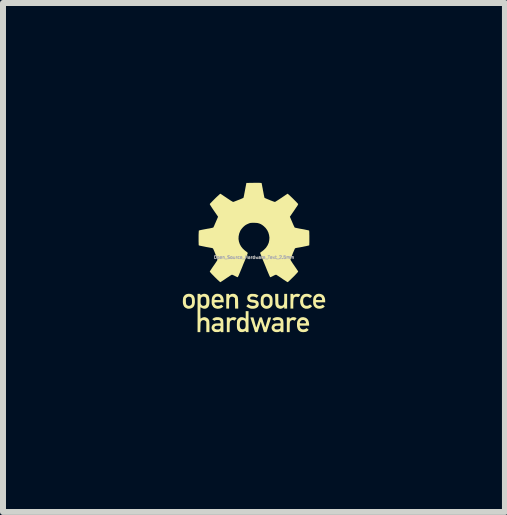
<source format=kicad_pcb>
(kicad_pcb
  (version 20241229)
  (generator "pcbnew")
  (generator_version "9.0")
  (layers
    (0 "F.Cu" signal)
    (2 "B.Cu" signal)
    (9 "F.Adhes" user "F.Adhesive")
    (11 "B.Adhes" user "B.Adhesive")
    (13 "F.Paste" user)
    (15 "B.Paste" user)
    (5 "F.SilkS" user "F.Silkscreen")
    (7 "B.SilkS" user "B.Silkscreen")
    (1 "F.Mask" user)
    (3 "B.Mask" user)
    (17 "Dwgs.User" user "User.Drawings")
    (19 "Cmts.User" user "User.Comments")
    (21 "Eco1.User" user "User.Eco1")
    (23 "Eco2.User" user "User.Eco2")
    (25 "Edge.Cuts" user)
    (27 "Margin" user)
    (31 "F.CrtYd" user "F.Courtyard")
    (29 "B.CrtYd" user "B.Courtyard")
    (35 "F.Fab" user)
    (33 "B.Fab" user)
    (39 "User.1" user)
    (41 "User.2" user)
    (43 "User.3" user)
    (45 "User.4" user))
  (footprint "Open_Source_Hardware_Text_2.5mm"
    (layer "F.Cu")
    (at 1.187 1.243)
    (property "Reference" "Open_Source_Hardware_Text_2.5mm" (at 0 0 0) (layer "F.Fab") (effects (font (size 0.05 0.05) (thickness 0.013))))
    (attr board_only exclude_from_pos_files exclude_from_bom)
    (fp_poly (pts (xy 0.674 0.999) (xy 0.696 1.006) (xy 0.704 1.011) (xy 0.709 1.015) (xy 0.708 1.021) (xy 0.703 1.029) (xy 0.693 1.041) (xy 0.69 1.044) (xy 0.678 1.058) (xy 0.663 1.051) (xy 0.652 1.046) (xy 0.643 1.046) (xy 0.631 1.049) (xy 0.629 1.05) (xy 0.619 1.054) (xy 0.611 1.059) (xy 0.605 1.067) (xy 0.601 1.078) (xy 0.598 1.094) (xy 0.597 1.115) (xy 0.596 1.144) (xy 0.596 1.167) (xy 0.596 1.248) (xy 0.548 1.248) (xy 0.548 1.002) (xy 0.572 1.002) (xy 0.586 1.002) (xy 0.593 1.003) (xy 0.595 1.007) (xy 0.596 1.015) (xy 0.596 1.015) (xy 0.596 1.028) (xy 0.606 1.019) (xy 0.626 1.005) (xy 0.649 0.998)) (stroke (width 0) (type solid)) (fill yes) (layer "F.SilkS"))
    (fp_poly (pts (xy -0.326 0.999) (xy -0.305 1.005) (xy -0.3 1.008) (xy -0.294 1.012) (xy -0.292 1.016) (xy -0.294 1.022) (xy -0.301 1.031) (xy -0.312 1.044) (xy -0.319 1.053) (xy -0.325 1.055) (xy -0.332 1.053) (xy -0.335 1.051) (xy -0.35 1.046) (xy -0.363 1.046) (xy -0.378 1.052) (xy -0.387 1.057) (xy -0.394 1.063) (xy -0.399 1.072) (xy -0.402 1.085) (xy -0.404 1.102) (xy -0.405 1.125) (xy -0.406 1.156) (xy -0.406 1.168) (xy -0.406 1.248) (xy -0.453 1.248) (xy -0.453 1.002) (xy -0.43 1.002) (xy -0.416 1.002) (xy -0.409 1.004) (xy -0.406 1.007) (xy -0.406 1.013) (xy -0.405 1.021) (xy -0.402 1.023) (xy -0.395 1.019) (xy -0.388 1.013) (xy -0.37 1.003) (xy -0.349 0.998)) (stroke (width 0) (type solid)) (fill yes) (layer "F.SilkS"))
    (fp_poly (pts (xy 0.74 0.61) (xy 0.754 0.613) (xy 0.766 0.618) (xy 0.772 0.623) (xy 0.773 0.625) (xy 0.77 0.63) (xy 0.763 0.639) (xy 0.756 0.647) (xy 0.747 0.658) (xy 0.74 0.663) (xy 0.735 0.663) (xy 0.731 0.661) (xy 0.715 0.657) (xy 0.697 0.657) (xy 0.681 0.662) (xy 0.677 0.665) (xy 0.67 0.672) (xy 0.665 0.681) (xy 0.661 0.693) (xy 0.659 0.709) (xy 0.657 0.731) (xy 0.656 0.76) (xy 0.656 0.781) (xy 0.656 0.855) (xy 0.609 0.855) (xy 0.609 0.609) (xy 0.633 0.609) (xy 0.646 0.609) (xy 0.653 0.611) (xy 0.656 0.614) (xy 0.656 0.622) (xy 0.656 0.635) (xy 0.67 0.625) (xy 0.686 0.615) (xy 0.701 0.61) (xy 0.72 0.608) (xy 0.726 0.608)) (stroke (width 0) (type solid)) (fill yes) (layer "F.SilkS"))
    (fp_poly (pts (xy -0.322 0.611) (xy -0.302 0.621) (xy -0.289 0.633) (xy -0.282 0.641) (xy -0.276 0.649) (xy -0.272 0.659) (xy -0.269 0.671) (xy -0.267 0.688) (xy -0.266 0.709) (xy -0.265 0.737) (xy -0.264 0.763) (xy -0.263 0.855) (xy -0.315 0.855) (xy -0.316 0.768) (xy -0.317 0.682) (xy -0.331 0.669) (xy -0.348 0.659) (xy -0.366 0.656) (xy -0.384 0.659) (xy -0.392 0.663) (xy -0.4 0.67) (xy -0.405 0.678) (xy -0.409 0.688) (xy -0.412 0.703) (xy -0.414 0.723) (xy -0.414 0.749) (xy -0.415 0.777) (xy -0.415 0.855) (xy -0.462 0.855) (xy -0.462 0.609) (xy -0.438 0.609) (xy -0.425 0.609) (xy -0.418 0.611) (xy -0.415 0.614) (xy -0.415 0.622) (xy -0.415 0.635) (xy -0.401 0.625) (xy -0.385 0.615) (xy -0.37 0.61) (xy -0.351 0.608) (xy -0.345 0.608)) (stroke (width 0) (type solid)) (fill yes) (layer "F.SilkS"))
    (fp_poly (pts (xy 0.406 0.691) (xy 0.406 0.723) (xy 0.407 0.748) (xy 0.408 0.767) (xy 0.411 0.78) (xy 0.414 0.79) (xy 0.42 0.796) (xy 0.426 0.801) (xy 0.43 0.803) (xy 0.448 0.809) (xy 0.467 0.808) (xy 0.481 0.802) (xy 0.489 0.795) (xy 0.495 0.788) (xy 0.499 0.777) (xy 0.502 0.763) (xy 0.504 0.744) (xy 0.505 0.718) (xy 0.505 0.687) (xy 0.505 0.609) (xy 0.553 0.609) (xy 0.553 0.855) (xy 0.505 0.855) (xy 0.505 0.828) (xy 0.495 0.837) (xy 0.479 0.848) (xy 0.458 0.856) (xy 0.439 0.859) (xy 0.427 0.857) (xy 0.412 0.852) (xy 0.401 0.847) (xy 0.385 0.838) (xy 0.375 0.827) (xy 0.367 0.814) (xy 0.364 0.807) (xy 0.361 0.799) (xy 0.359 0.791) (xy 0.357 0.781) (xy 0.356 0.767) (xy 0.356 0.747) (xy 0.355 0.722) (xy 0.355 0.701) (xy 0.353 0.609) (xy 0.406 0.609)) (stroke (width 0) (type solid)) (fill yes) (layer "F.SilkS"))
    (fp_poly (pts (xy 0.911 0.611) (xy 0.936 0.621) (xy 0.957 0.635) (xy 0.959 0.637) (xy 0.969 0.648) (xy 0.954 0.663) (xy 0.945 0.672) (xy 0.938 0.677) (xy 0.936 0.678) (xy 0.931 0.676) (xy 0.922 0.67) (xy 0.917 0.667) (xy 0.898 0.658) (xy 0.877 0.656) (xy 0.857 0.66) (xy 0.84 0.67) (xy 0.828 0.685) (xy 0.827 0.689) (xy 0.823 0.701) (xy 0.821 0.718) (xy 0.82 0.732) (xy 0.823 0.76) (xy 0.83 0.781) (xy 0.842 0.797) (xy 0.86 0.806) (xy 0.867 0.808) (xy 0.889 0.809) (xy 0.91 0.803) (xy 0.922 0.794) (xy 0.931 0.789) (xy 0.939 0.789) (xy 0.95 0.796) (xy 0.958 0.805) (xy 0.969 0.816) (xy 0.956 0.829) (xy 0.938 0.843) (xy 0.915 0.853) (xy 0.889 0.858) (xy 0.864 0.858) (xy 0.851 0.855) (xy 0.823 0.843) (xy 0.801 0.824) (xy 0.784 0.8) (xy 0.774 0.771) (xy 0.769 0.739) (xy 0.772 0.705) (xy 0.773 0.701) (xy 0.783 0.669) (xy 0.798 0.643) (xy 0.817 0.625) (xy 0.842 0.613) (xy 0.873 0.608) (xy 0.881 0.608)) (stroke (width 0) (type solid)) (fill yes) (layer "F.SilkS"))
    (fp_poly (pts (xy -1.056 0.611) (xy -1.031 0.62) (xy -1.012 0.635) (xy -0.998 0.657) (xy -0.989 0.685) (xy -0.986 0.717) (xy -0.986 0.754) (xy -0.99 0.785) (xy -0.999 0.81) (xy -1.012 0.829) (xy -1.031 0.844) (xy -1.038 0.847) (xy -1.058 0.854) (xy -1.082 0.858) (xy -1.105 0.857) (xy -1.119 0.853) (xy -1.145 0.84) (xy -1.164 0.823) (xy -1.177 0.799) (xy -1.184 0.775) (xy -1.186 0.756) (xy -1.187 0.733) (xy -1.186 0.73) (xy -1.136 0.73) (xy -1.135 0.756) (xy -1.132 0.775) (xy -1.127 0.788) (xy -1.119 0.798) (xy -1.107 0.804) (xy -1.106 0.805) (xy -1.095 0.809) (xy -1.088 0.811) (xy -1.081 0.81) (xy -1.07 0.807) (xy -1.053 0.799) (xy -1.044 0.789) (xy -1.039 0.781) (xy -1.036 0.773) (xy -1.035 0.762) (xy -1.034 0.745) (xy -1.034 0.734) (xy -1.036 0.705) (xy -1.04 0.684) (xy -1.048 0.67) (xy -1.061 0.661) (xy -1.078 0.657) (xy -1.088 0.656) (xy -1.102 0.658) (xy -1.112 0.663) (xy -1.121 0.671) (xy -1.136 0.686) (xy -1.136 0.73) (xy -1.186 0.73) (xy -1.186 0.709) (xy -1.183 0.687) (xy -1.18 0.67) (xy -1.179 0.667) (xy -1.165 0.643) (xy -1.146 0.625) (xy -1.122 0.613) (xy -1.092 0.608) (xy -1.087 0.608)) (stroke (width 0) (type solid)) (fill yes) (layer "F.SilkS"))
    (fp_poly (pts (xy 1.116 0.612) (xy 1.142 0.623) (xy 1.162 0.64) (xy 1.176 0.664) (xy 1.185 0.693) (xy 1.188 0.724) (xy 1.188 0.751) (xy 1.031 0.751) (xy 1.034 0.765) (xy 1.039 0.782) (xy 1.047 0.794) (xy 1.059 0.803) (xy 1.079 0.811) (xy 1.102 0.811) (xy 1.125 0.804) (xy 1.13 0.801) (xy 1.15 0.789) (xy 1.181 0.821) (xy 1.166 0.834) (xy 1.143 0.848) (xy 1.116 0.856) (xy 1.087 0.858) (xy 1.058 0.854) (xy 1.055 0.853) (xy 1.031 0.842) (xy 1.012 0.825) (xy 0.998 0.803) (xy 0.993 0.791) (xy 0.99 0.781) (xy 0.988 0.768) (xy 0.987 0.752) (xy 0.987 0.734) (xy 0.988 0.703) (xy 0.988 0.7) (xy 1.034 0.7) (xy 1.034 0.708) (xy 1.034 0.708) (xy 1.04 0.71) (xy 1.052 0.711) (xy 1.07 0.712) (xy 1.086 0.713) (xy 1.136 0.713) (xy 1.136 0.702) (xy 1.132 0.683) (xy 1.123 0.668) (xy 1.109 0.659) (xy 1.093 0.654) (xy 1.076 0.654) (xy 1.06 0.66) (xy 1.046 0.671) (xy 1.037 0.688) (xy 1.036 0.689) (xy 1.034 0.7) (xy 0.988 0.7) (xy 0.992 0.679) (xy 0.999 0.659) (xy 1.009 0.643) (xy 1.02 0.633) (xy 1.035 0.62) (xy 1.05 0.613) (xy 1.068 0.609) (xy 1.087 0.608)) (stroke (width 0) (type solid)) (fill yes) (layer "F.SilkS"))
    (fp_poly (pts (xy 0.828 0.999) (xy 0.857 1.006) (xy 0.88 1.019) (xy 0.899 1.039) (xy 0.911 1.066) (xy 0.918 1.098) (xy 0.92 1.121) (xy 0.92 1.14) (xy 0.763 1.14) (xy 0.766 1.156) (xy 0.772 1.176) (xy 0.784 1.19) (xy 0.797 1.198) (xy 0.817 1.203) (xy 0.84 1.201) (xy 0.861 1.192) (xy 0.865 1.19) (xy 0.879 1.18) (xy 0.912 1.21) (xy 0.902 1.22) (xy 0.883 1.236) (xy 0.858 1.245) (xy 0.827 1.248) (xy 0.825 1.248) (xy 0.804 1.247) (xy 0.787 1.244) (xy 0.777 1.241) (xy 0.754 1.228) (xy 0.738 1.21) (xy 0.726 1.186) (xy 0.719 1.156) (xy 0.718 1.135) (xy 0.718 1.102) (xy 0.719 1.092) (xy 0.764 1.092) (xy 0.767 1.097) (xy 0.774 1.1) (xy 0.787 1.101) (xy 0.808 1.101) (xy 0.816 1.101) (xy 0.838 1.101) (xy 0.853 1.101) (xy 0.862 1.1) (xy 0.866 1.098) (xy 0.868 1.095) (xy 0.868 1.092) (xy 0.865 1.078) (xy 0.857 1.064) (xy 0.846 1.052) (xy 0.845 1.052) (xy 0.831 1.046) (xy 0.814 1.045) (xy 0.796 1.049) (xy 0.79 1.052) (xy 0.779 1.061) (xy 0.771 1.073) (xy 0.77 1.073) (xy 0.766 1.085) (xy 0.764 1.092) (xy 0.719 1.092) (xy 0.721 1.075) (xy 0.729 1.053) (xy 0.741 1.035) (xy 0.749 1.026) (xy 0.77 1.009) (xy 0.794 1) (xy 0.821 0.998)) (stroke (width 0) (type solid)) (fill yes) (layer "F.SilkS"))
    (fp_poly (pts (xy 0.24 0.611) (xy 0.263 0.62) (xy 0.282 0.635) (xy 0.288 0.641) (xy 0.298 0.653) (xy 0.304 0.667) (xy 0.308 0.683) (xy 0.31 0.705) (xy 0.311 0.733) (xy 0.311 0.736) (xy 0.31 0.76) (xy 0.309 0.778) (xy 0.307 0.791) (xy 0.303 0.801) (xy 0.287 0.825) (xy 0.266 0.843) (xy 0.242 0.854) (xy 0.214 0.859) (xy 0.186 0.856) (xy 0.175 0.852) (xy 0.154 0.841) (xy 0.135 0.823) (xy 0.121 0.802) (xy 0.12 0.801) (xy 0.117 0.79) (xy 0.114 0.777) (xy 0.113 0.76) (xy 0.112 0.736) (xy 0.112 0.732) (xy 0.16 0.732) (xy 0.161 0.759) (xy 0.165 0.779) (xy 0.173 0.793) (xy 0.185 0.803) (xy 0.191 0.805) (xy 0.204 0.81) (xy 0.214 0.811) (xy 0.226 0.808) (xy 0.231 0.806) (xy 0.246 0.797) (xy 0.256 0.784) (xy 0.261 0.765) (xy 0.263 0.74) (xy 0.263 0.735) (xy 0.263 0.714) (xy 0.26 0.696) (xy 0.257 0.685) (xy 0.247 0.67) (xy 0.232 0.66) (xy 0.214 0.656) (xy 0.196 0.658) (xy 0.18 0.666) (xy 0.168 0.679) (xy 0.164 0.688) (xy 0.161 0.699) (xy 0.16 0.715) (xy 0.16 0.732) (xy 0.112 0.732) (xy 0.113 0.707) (xy 0.115 0.685) (xy 0.119 0.668) (xy 0.125 0.654) (xy 0.134 0.642) (xy 0.135 0.641) (xy 0.154 0.623) (xy 0.176 0.613) (xy 0.202 0.609) (xy 0.212 0.608)) (stroke (width 0) (type solid)) (fill yes) (layer "F.SilkS"))
    (fp_poly (pts (xy -0.576 0.612) (xy -0.551 0.623) (xy -0.531 0.641) (xy -0.521 0.656) (xy -0.514 0.67) (xy -0.51 0.684) (xy -0.507 0.7) (xy -0.506 0.715) (xy -0.504 0.751) (xy -0.582 0.751) (xy -0.611 0.751) (xy -0.633 0.752) (xy -0.647 0.753) (xy -0.656 0.755) (xy -0.66 0.758) (xy -0.66 0.763) (xy -0.658 0.771) (xy -0.654 0.779) (xy -0.643 0.796) (xy -0.627 0.807) (xy -0.607 0.811) (xy -0.586 0.81) (xy -0.564 0.802) (xy -0.563 0.801) (xy -0.544 0.79) (xy -0.512 0.821) (xy -0.527 0.834) (xy -0.549 0.848) (xy -0.577 0.856) (xy -0.606 0.859) (xy -0.634 0.854) (xy -0.637 0.853) (xy -0.662 0.842) (xy -0.681 0.825) (xy -0.694 0.803) (xy -0.7 0.791) (xy -0.703 0.781) (xy -0.705 0.768) (xy -0.706 0.752) (xy -0.706 0.734) (xy -0.705 0.703) (xy -0.704 0.7) (xy -0.659 0.7) (xy -0.659 0.708) (xy -0.659 0.708) (xy -0.653 0.71) (xy -0.641 0.711) (xy -0.623 0.712) (xy -0.606 0.713) (xy -0.557 0.713) (xy -0.557 0.702) (xy -0.561 0.683) (xy -0.57 0.668) (xy -0.583 0.659) (xy -0.599 0.654) (xy -0.616 0.654) (xy -0.633 0.66) (xy -0.646 0.671) (xy -0.656 0.688) (xy -0.657 0.689) (xy -0.659 0.7) (xy -0.704 0.7) (xy -0.701 0.679) (xy -0.694 0.659) (xy -0.684 0.643) (xy -0.673 0.633) (xy -0.658 0.62) (xy -0.643 0.613) (xy -0.626 0.609) (xy -0.605 0.608)) (stroke (width 0) (type solid)) (fill yes) (layer "F.SilkS"))
    (fp_poly (pts (xy -0.091 1.248) (xy -0.114 1.248) (xy -0.128 1.248) (xy -0.135 1.246) (xy -0.138 1.243) (xy -0.138 1.237) (xy -0.139 1.229) (xy -0.142 1.227) (xy -0.148 1.231) (xy -0.156 1.236) (xy -0.171 1.243) (xy -0.19 1.247) (xy -0.211 1.247) (xy -0.231 1.245) (xy -0.241 1.241) (xy -0.26 1.227) (xy -0.275 1.207) (xy -0.28 1.193) (xy -0.283 1.18) (xy -0.284 1.162) (xy -0.285 1.141) (xy -0.237 1.141) (xy -0.233 1.166) (xy -0.224 1.185) (xy -0.21 1.196) (xy -0.191 1.2) (xy -0.189 1.2) (xy -0.169 1.197) (xy -0.159 1.192) (xy -0.148 1.18) (xy -0.142 1.165) (xy -0.139 1.143) (xy -0.139 1.115) (xy -0.139 1.114) (xy -0.141 1.09) (xy -0.145 1.072) (xy -0.152 1.06) (xy -0.162 1.053) (xy -0.172 1.049) (xy -0.188 1.046) (xy -0.202 1.048) (xy -0.205 1.049) (xy -0.218 1.057) (xy -0.228 1.07) (xy -0.234 1.09) (xy -0.236 1.108) (xy -0.237 1.141) (xy -0.285 1.141) (xy -0.285 1.139) (xy -0.285 1.115) (xy -0.284 1.092) (xy -0.283 1.072) (xy -0.281 1.057) (xy -0.281 1.053) (xy -0.273 1.038) (xy -0.26 1.023) (xy -0.244 1.009) (xy -0.228 1.001) (xy -0.223 0.999) (xy -0.197 0.998) (xy -0.173 1.004) (xy -0.158 1.012) (xy -0.148 1.019) (xy -0.142 1.023) (xy -0.141 1.023) (xy -0.14 1.019) (xy -0.139 1.008) (xy -0.138 0.991) (xy -0.138 0.971) (xy -0.138 0.961) (xy -0.138 0.898) (xy -0.091 0.898)) (stroke (width 0) (type solid)) (fill yes) (layer "F.SilkS"))
    (fp_poly (pts (xy -0.003 1.025) (xy 0.001 1.037) (xy 0.006 1.056) (xy 0.012 1.078) (xy 0.018 1.102) (xy 0.02 1.109) (xy 0.026 1.13) (xy 0.031 1.149) (xy 0.035 1.162) (xy 0.038 1.169) (xy 0.039 1.17) (xy 0.041 1.166) (xy 0.045 1.155) (xy 0.051 1.139) (xy 0.058 1.117) (xy 0.066 1.093) (xy 0.068 1.086) (xy 0.095 1.002) (xy 0.132 1.002) (xy 0.159 1.087) (xy 0.167 1.112) (xy 0.175 1.134) (xy 0.181 1.151) (xy 0.186 1.163) (xy 0.188 1.169) (xy 0.188 1.169) (xy 0.19 1.164) (xy 0.194 1.153) (xy 0.199 1.135) (xy 0.205 1.113) (xy 0.212 1.088) (xy 0.213 1.085) (xy 0.236 1.004) (xy 0.26 1.003) (xy 0.274 1.003) (xy 0.283 1.003) (xy 0.285 1.005) (xy 0.284 1.01) (xy 0.28 1.022) (xy 0.275 1.04) (xy 0.268 1.063) (xy 0.259 1.09) (xy 0.25 1.12) (xy 0.247 1.128) (xy 0.209 1.248) (xy 0.166 1.248) (xy 0.151 1.197) (xy 0.144 1.173) (xy 0.136 1.147) (xy 0.129 1.123) (xy 0.125 1.11) (xy 0.113 1.073) (xy 0.1 1.118) (xy 0.092 1.143) (xy 0.084 1.171) (xy 0.076 1.196) (xy 0.073 1.206) (xy 0.06 1.248) (xy 0.018 1.248) (xy 0.011 1.227) (xy 0.008 1.217) (xy 0.003 1.201) (xy -0.004 1.179) (xy -0.012 1.153) (xy -0.021 1.125) (xy -0.026 1.11) (xy -0.035 1.082) (xy -0.043 1.057) (xy -0.05 1.036) (xy -0.055 1.02) (xy -0.058 1.01) (xy -0.059 1.007) (xy -0.058 1.004) (xy -0.05 1.002) (xy -0.035 1.002) (xy -0.009 1.002)) (stroke (width 0) (type solid)) (fill yes) (layer "F.SilkS"))
    (fp_poly (pts (xy -0.024 0.609) (xy -0.013 0.61) (xy 0.008 0.611) (xy 0.023 0.613) (xy 0.035 0.616) (xy 0.047 0.622) (xy 0.051 0.624) (xy 0.063 0.631) (xy 0.071 0.636) (xy 0.073 0.639) (xy 0.071 0.644) (xy 0.064 0.652) (xy 0.059 0.658) (xy 0.045 0.675) (xy 0.027 0.665) (xy 0.007 0.657) (xy -0.014 0.653) (xy -0.032 0.654) (xy -0.048 0.658) (xy -0.059 0.667) (xy -0.064 0.678) (xy -0.063 0.688) (xy -0.061 0.695) (xy -0.056 0.7) (xy -0.047 0.703) (xy -0.033 0.706) (xy -0.013 0.708) (xy -0.008 0.708) (xy 0.023 0.713) (xy 0.047 0.721) (xy 0.064 0.733) (xy 0.074 0.749) (xy 0.079 0.77) (xy 0.08 0.782) (xy 0.076 0.806) (xy 0.066 0.825) (xy 0.048 0.84) (xy 0.036 0.847) (xy 0.015 0.854) (xy -0.011 0.858) (xy -0.037 0.858) (xy -0.06 0.854) (xy -0.064 0.853) (xy -0.079 0.847) (xy -0.096 0.839) (xy -0.111 0.83) (xy -0.122 0.822) (xy -0.124 0.819) (xy -0.126 0.814) (xy -0.123 0.808) (xy -0.113 0.798) (xy -0.112 0.797) (xy -0.096 0.78) (xy -0.082 0.791) (xy -0.061 0.805) (xy -0.036 0.811) (xy -0.013 0.811) (xy 0.009 0.807) (xy 0.023 0.8) (xy 0.029 0.788) (xy 0.03 0.781) (xy 0.028 0.771) (xy 0.021 0.763) (xy 0.007 0.758) (xy -0.014 0.755) (xy -0.024 0.754) (xy -0.056 0.749) (xy -0.08 0.74) (xy -0.097 0.727) (xy -0.108 0.709) (xy -0.112 0.687) (xy -0.112 0.682) (xy -0.109 0.657) (xy -0.099 0.638) (xy -0.081 0.623) (xy -0.073 0.618) (xy -0.063 0.614) (xy -0.053 0.611) (xy -0.041 0.609)) (stroke (width 0) (type solid)) (fill yes) (layer "F.SilkS"))
    (fp_poly (pts (xy 0.422 1) (xy 0.446 1.007) (xy 0.466 1.019) (xy 0.468 1.021) (xy 0.476 1.029) (xy 0.481 1.037) (xy 0.486 1.048) (xy 0.489 1.062) (xy 0.491 1.081) (xy 0.492 1.105) (xy 0.492 1.136) (xy 0.492 1.158) (xy 0.492 1.248) (xy 0.469 1.248) (xy 0.455 1.248) (xy 0.448 1.246) (xy 0.445 1.243) (xy 0.445 1.237) (xy 0.445 1.227) (xy 0.429 1.237) (xy 0.411 1.245) (xy 0.389 1.248) (xy 0.365 1.248) (xy 0.342 1.242) (xy 0.332 1.238) (xy 0.313 1.224) (xy 0.301 1.206) (xy 0.294 1.185) (xy 0.294 1.176) (xy 0.341 1.176) (xy 0.346 1.189) (xy 0.355 1.199) (xy 0.364 1.202) (xy 0.38 1.204) (xy 0.397 1.203) (xy 0.414 1.2) (xy 0.427 1.196) (xy 0.433 1.193) (xy 0.439 1.181) (xy 0.442 1.163) (xy 0.443 1.142) (xy 0.415 1.141) (xy 0.389 1.141) (xy 0.369 1.143) (xy 0.355 1.149) (xy 0.35 1.152) (xy 0.342 1.163) (xy 0.341 1.176) (xy 0.294 1.176) (xy 0.294 1.164) (xy 0.301 1.143) (xy 0.314 1.124) (xy 0.325 1.115) (xy 0.333 1.11) (xy 0.342 1.106) (xy 0.351 1.104) (xy 0.365 1.103) (xy 0.385 1.102) (xy 0.394 1.102) (xy 0.446 1.1) (xy 0.444 1.08) (xy 0.44 1.064) (xy 0.433 1.054) (xy 0.421 1.048) (xy 0.402 1.045) (xy 0.393 1.045) (xy 0.375 1.046) (xy 0.362 1.048) (xy 0.354 1.053) (xy 0.348 1.058) (xy 0.342 1.058) (xy 0.336 1.055) (xy 0.325 1.048) (xy 0.315 1.04) (xy 0.308 1.033) (xy 0.307 1.031) (xy 0.31 1.027) (xy 0.318 1.02) (xy 0.321 1.018) (xy 0.342 1.006) (xy 0.367 0.999) (xy 0.395 0.997)) (stroke (width 0) (type solid)) (fill yes) (layer "F.SilkS"))
    (fp_poly (pts (xy -0.59 0.999) (xy -0.562 1.005) (xy -0.54 1.015) (xy -0.523 1.03) (xy -0.514 1.049) (xy -0.513 1.058) (xy -0.512 1.074) (xy -0.511 1.095) (xy -0.51 1.121) (xy -0.51 1.149) (xy -0.51 1.156) (xy -0.51 1.248) (xy -0.533 1.248) (xy -0.547 1.248) (xy -0.554 1.246) (xy -0.557 1.243) (xy -0.557 1.236) (xy -0.557 1.225) (xy -0.568 1.235) (xy -0.575 1.241) (xy -0.583 1.244) (xy -0.595 1.246) (xy -0.612 1.247) (xy -0.615 1.247) (xy -0.639 1.247) (xy -0.657 1.244) (xy -0.663 1.242) (xy -0.678 1.232) (xy -0.692 1.218) (xy -0.702 1.202) (xy -0.706 1.19) (xy -0.707 1.172) (xy -0.659 1.172) (xy -0.658 1.184) (xy -0.653 1.191) (xy -0.643 1.197) (xy -0.623 1.203) (xy -0.6 1.204) (xy -0.579 1.2) (xy -0.569 1.195) (xy -0.563 1.185) (xy -0.561 1.178) (xy -0.557 1.162) (xy -0.557 1.151) (xy -0.563 1.145) (xy -0.574 1.142) (xy -0.592 1.141) (xy -0.594 1.141) (xy -0.62 1.141) (xy -0.639 1.145) (xy -0.651 1.152) (xy -0.657 1.162) (xy -0.659 1.172) (xy -0.707 1.172) (xy -0.707 1.165) (xy -0.7 1.143) (xy -0.686 1.124) (xy -0.672 1.114) (xy -0.662 1.109) (xy -0.652 1.106) (xy -0.639 1.104) (xy -0.621 1.102) (xy -0.606 1.102) (xy -0.557 1.1) (xy -0.557 1.083) (xy -0.56 1.067) (xy -0.568 1.056) (xy -0.575 1.05) (xy -0.583 1.047) (xy -0.594 1.045) (xy -0.608 1.045) (xy -0.627 1.046) (xy -0.639 1.048) (xy -0.648 1.053) (xy -0.648 1.053) (xy -0.654 1.058) (xy -0.66 1.058) (xy -0.666 1.055) (xy -0.677 1.047) (xy -0.677 1.047) (xy -0.696 1.033) (xy -0.687 1.024) (xy -0.668 1.01) (xy -0.642 1.001) (xy -0.621 0.998)) (stroke (width 0) (type solid)) (fill yes) (layer "F.SilkS"))
    (fp_poly (pts (xy -0.798 0.613) (xy -0.776 0.624) (xy -0.761 0.639) (xy -0.753 0.656) (xy -0.747 0.68) (xy -0.743 0.71) (xy -0.743 0.732) (xy -0.744 0.768) (xy -0.749 0.797) (xy -0.758 0.82) (xy -0.771 0.837) (xy -0.788 0.849) (xy -0.792 0.851) (xy -0.814 0.858) (xy -0.834 0.858) (xy -0.857 0.851) (xy -0.866 0.846) (xy -0.879 0.84) (xy -0.888 0.835) (xy -0.892 0.833) (xy -0.893 0.838) (xy -0.893 0.849) (xy -0.893 0.867) (xy -0.894 0.889) (xy -0.894 0.916) (xy -0.894 0.928) (xy -0.894 0.962) (xy -0.893 0.987) (xy -0.892 1.005) (xy -0.891 1.017) (xy -0.889 1.022) (xy -0.886 1.023) (xy -0.883 1.019) (xy -0.883 1.019) (xy -0.875 1.012) (xy -0.862 1.006) (xy -0.847 1.001) (xy -0.832 0.998) (xy -0.827 0.998) (xy -0.803 1.002) (xy -0.78 1.013) (xy -0.762 1.029) (xy -0.75 1.05) (xy -0.747 1.057) (xy -0.746 1.066) (xy -0.745 1.082) (xy -0.744 1.104) (xy -0.743 1.13) (xy -0.743 1.157) (xy -0.743 1.161) (xy -0.743 1.248) (xy -0.795 1.248) (xy -0.795 1.075) (xy -0.807 1.062) (xy -0.824 1.051) (xy -0.842 1.047) (xy -0.861 1.05) (xy -0.877 1.061) (xy -0.884 1.07) (xy -0.887 1.075) (xy -0.889 1.082) (xy -0.89 1.093) (xy -0.892 1.108) (xy -0.892 1.129) (xy -0.893 1.156) (xy -0.893 1.165) (xy -0.895 1.248) (xy -0.941 1.248) (xy -0.941 0.732) (xy -0.891 0.732) (xy -0.891 0.754) (xy -0.889 0.77) (xy -0.885 0.782) (xy -0.884 0.785) (xy -0.871 0.8) (xy -0.855 0.808) (xy -0.836 0.809) (xy -0.818 0.803) (xy -0.813 0.801) (xy -0.805 0.794) (xy -0.8 0.784) (xy -0.796 0.77) (xy -0.795 0.751) (xy -0.795 0.731) (xy -0.796 0.704) (xy -0.799 0.683) (xy -0.806 0.669) (xy -0.817 0.661) (xy -0.832 0.657) (xy -0.842 0.656) (xy -0.86 0.658) (xy -0.874 0.665) (xy -0.883 0.677) (xy -0.889 0.695) (xy -0.891 0.721) (xy -0.891 0.732) (xy -0.941 0.732) (xy -0.941 0.609) (xy -0.918 0.609) (xy -0.904 0.609) (xy -0.897 0.611) (xy -0.894 0.614) (xy -0.894 0.62) (xy -0.893 0.628) (xy -0.892 0.63) (xy -0.888 0.629) (xy -0.878 0.624) (xy -0.871 0.619) (xy -0.847 0.61) (xy -0.822 0.608)) (stroke (width 0) (type solid)) (fill yes) (layer "F.SilkS"))
    (fp_poly (pts (xy 0.09 -1.243) (xy 0.107 -1.242) (xy 0.118 -1.241) (xy 0.125 -1.24) (xy 0.127 -1.238) (xy 0.127 -1.238) (xy 0.129 -1.233) (xy 0.131 -1.22) (xy 0.135 -1.201) (xy 0.139 -1.177) (xy 0.145 -1.149) (xy 0.15 -1.118) (xy 0.151 -1.114) (xy 0.157 -1.083) (xy 0.162 -1.055) (xy 0.167 -1.031) (xy 0.171 -1.012) (xy 0.174 -0.999) (xy 0.176 -0.993) (xy 0.176 -0.993) (xy 0.182 -0.99) (xy 0.194 -0.984) (xy 0.211 -0.977) (xy 0.232 -0.968) (xy 0.255 -0.959) (xy 0.278 -0.949) (xy 0.3 -0.941) (xy 0.32 -0.933) (xy 0.336 -0.928) (xy 0.346 -0.925) (xy 0.348 -0.924) (xy 0.354 -0.926) (xy 0.366 -0.933) (xy 0.383 -0.944) (xy 0.404 -0.957) (xy 0.428 -0.973) (xy 0.454 -0.99) (xy 0.456 -0.991) (xy 0.482 -1.009) (xy 0.506 -1.025) (xy 0.526 -1.039) (xy 0.543 -1.05) (xy 0.555 -1.058) (xy 0.56 -1.061) (xy 0.56 -1.061) (xy 0.565 -1.059) (xy 0.574 -1.051) (xy 0.588 -1.039) (xy 0.604 -1.024) (xy 0.623 -1.006) (xy 0.643 -0.987) (xy 0.663 -0.967) (xy 0.683 -0.947) (xy 0.701 -0.929) (xy 0.716 -0.913) (xy 0.728 -0.9) (xy 0.735 -0.892) (xy 0.737 -0.889) (xy 0.735 -0.881) (xy 0.728 -0.867) (xy 0.716 -0.848) (xy 0.714 -0.845) (xy 0.703 -0.83) (xy 0.689 -0.809) (xy 0.673 -0.785) (xy 0.656 -0.76) (xy 0.644 -0.743) (xy 0.599 -0.677) (xy 0.637 -0.589) (xy 0.648 -0.563) (xy 0.658 -0.54) (xy 0.667 -0.521) (xy 0.674 -0.507) (xy 0.678 -0.499) (xy 0.679 -0.497) (xy 0.685 -0.495) (xy 0.698 -0.492) (xy 0.716 -0.488) (xy 0.738 -0.484) (xy 0.749 -0.481) (xy 0.795 -0.473) (xy 0.835 -0.466) (xy 0.867 -0.459) (xy 0.892 -0.454) (xy 0.909 -0.45) (xy 0.918 -0.448) (xy 0.919 -0.447) (xy 0.921 -0.442) (xy 0.922 -0.43) (xy 0.923 -0.412) (xy 0.923 -0.389) (xy 0.924 -0.363) (xy 0.924 -0.335) (xy 0.924 -0.307) (xy 0.924 -0.279) (xy 0.924 -0.254) (xy 0.923 -0.232) (xy 0.923 -0.215) (xy 0.922 -0.204) (xy 0.921 -0.2) (xy 0.916 -0.198) (xy 0.904 -0.195) (xy 0.886 -0.191) (xy 0.864 -0.186) (xy 0.838 -0.181) (xy 0.811 -0.175) (xy 0.783 -0.17) (xy 0.756 -0.165) (xy 0.731 -0.161) (xy 0.709 -0.157) (xy 0.696 -0.154) (xy 0.687 -0.15) (xy 0.685 -0.149) (xy 0.681 -0.143) (xy 0.676 -0.131) (xy 0.668 -0.113) (xy 0.659 -0.092) (xy 0.649 -0.069) (xy 0.64 -0.044) (xy 0.63 -0.021) (xy 0.622 0.001) (xy 0.615 0.019) (xy 0.611 0.032) (xy 0.609 0.039) (xy 0.609 0.039) (xy 0.61 0.043) (xy 0.614 0.05) (xy 0.621 0.062) (xy 0.631 0.077) (xy 0.644 0.098) (xy 0.662 0.124) (xy 0.684 0.156) (xy 0.707 0.189) (xy 0.718 0.206) (xy 0.728 0.22) (xy 0.734 0.231) (xy 0.737 0.236) (xy 0.736 0.24) (xy 0.729 0.249) (xy 0.718 0.262) (xy 0.701 0.28) (xy 0.679 0.304) (xy 0.654 0.329) (xy 0.631 0.351) (xy 0.611 0.371) (xy 0.593 0.388) (xy 0.578 0.402) (xy 0.568 0.411) (xy 0.562 0.414) (xy 0.562 0.415) (xy 0.557 0.412) (xy 0.546 0.406) (xy 0.53 0.395) (xy 0.51 0.382) (xy 0.486 0.367) (xy 0.467 0.353) (xy 0.442 0.336) (xy 0.419 0.321) (xy 0.399 0.308) (xy 0.383 0.298) (xy 0.373 0.292) (xy 0.369 0.29) (xy 0.36 0.292) (xy 0.346 0.297) (xy 0.328 0.306) (xy 0.318 0.311) (xy 0.301 0.32) (xy 0.286 0.327) (xy 0.275 0.331) (xy 0.271 0.332) (xy 0.268 0.327) (xy 0.262 0.316) (xy 0.255 0.301) (xy 0.247 0.282) (xy 0.246 0.28) (xy 0.219 0.216) (xy 0.196 0.159) (xy 0.176 0.11) (xy 0.158 0.067) (xy 0.143 0.031) (xy 0.131 0.001) (xy 0.122 -0.024) (xy 0.114 -0.043) (xy 0.109 -0.057) (xy 0.105 -0.066) (xy 0.104 -0.072) (xy 0.104 -0.073) (xy 0.107 -0.08) (xy 0.115 -0.087) (xy 0.117 -0.088) (xy 0.138 -0.102) (xy 0.161 -0.121) (xy 0.183 -0.142) (xy 0.201 -0.161) (xy 0.203 -0.164) (xy 0.228 -0.202) (xy 0.246 -0.243) (xy 0.255 -0.286) (xy 0.258 -0.329) (xy 0.252 -0.372) (xy 0.24 -0.414) (xy 0.221 -0.453) (xy 0.195 -0.489) (xy 0.162 -0.521) (xy 0.137 -0.54) (xy 0.112 -0.555) (xy 0.087 -0.565) (xy 0.061 -0.572) (xy 0.032 -0.575) (xy -0.002 -0.576) (xy -0.026 -0.576) (xy -0.044 -0.575) (xy -0.058 -0.574) (xy -0.07 -0.571) (xy -0.083 -0.566) (xy -0.088 -0.564) (xy -0.107 -0.556) (xy -0.125 -0.547) (xy -0.138 -0.54) (xy -0.158 -0.525) (xy -0.179 -0.506) (xy -0.199 -0.484) (xy -0.216 -0.462) (xy -0.228 -0.443) (xy -0.246 -0.398) (xy -0.256 -0.352) (xy -0.258 -0.307) (xy -0.251 -0.263) (xy -0.237 -0.221) (xy -0.215 -0.181) (xy -0.186 -0.145) (xy -0.15 -0.112) (xy -0.133 -0.099) (xy -0.118 -0.088) (xy -0.108 -0.079) (xy -0.104 -0.072) (xy -0.104 -0.072) (xy -0.105 -0.067) (xy -0.11 -0.054) (xy -0.117 -0.035) (xy -0.126 -0.011) (xy -0.138 0.017) (xy -0.15 0.048) (xy -0.164 0.082) (xy -0.165 0.083) (xy -0.18 0.119) (xy -0.194 0.155) (xy -0.208 0.189) (xy -0.221 0.22) (xy -0.232 0.247) (xy -0.241 0.268) (xy -0.246 0.28) (xy -0.254 0.3) (xy -0.262 0.315) (xy -0.268 0.327) (xy -0.271 0.332) (xy -0.271 0.332) (xy -0.277 0.33) (xy -0.288 0.326) (xy -0.304 0.318) (xy -0.318 0.311) (xy -0.338 0.301) (xy -0.354 0.294) (xy -0.366 0.29) (xy -0.369 0.29) (xy -0.375 0.293) (xy -0.387 0.3) (xy -0.404 0.311) (xy -0.424 0.325) (xy -0.448 0.34) (xy -0.467 0.353) (xy -0.492 0.37) (xy -0.514 0.385) (xy -0.534 0.398) (xy -0.549 0.407) (xy -0.559 0.413) (xy -0.562 0.415) (xy -0.566 0.412) (xy -0.576 0.403) (xy -0.59 0.39) (xy -0.608 0.374) (xy -0.628 0.354) (xy -0.651 0.332) (xy -0.654 0.329) (xy -0.682 0.3) (xy -0.704 0.278) (xy -0.72 0.26) (xy -0.73 0.248) (xy -0.736 0.24) (xy -0.737 0.236) (xy -0.734 0.23) (xy -0.726 0.218) (xy -0.716 0.203) (xy -0.707 0.189) (xy -0.681 0.151) (xy -0.659 0.12) (xy -0.642 0.095) (xy -0.629 0.075) (xy -0.619 0.06) (xy -0.613 0.049) (xy -0.61 0.042) (xy -0.609 0.039) (xy -0.61 0.033) (xy -0.615 0.02) (xy -0.621 0.002) (xy -0.63 -0.019) (xy -0.639 -0.043) (xy -0.649 -0.067) (xy -0.658 -0.091) (xy -0.667 -0.112) (xy -0.675 -0.13) (xy -0.681 -0.142) (xy -0.684 -0.148) (xy -0.685 -0.148) (xy -0.691 -0.152) (xy -0.704 -0.156) (xy -0.72 -0.159) (xy -0.722 -0.159) (xy -0.759 -0.166) (xy -0.794 -0.172) (xy -0.827 -0.179) (xy -0.857 -0.185) (xy -0.882 -0.19) (xy -0.902 -0.194) (xy -0.915 -0.198) (xy -0.921 -0.2) (xy -0.921 -0.2) (xy -0.922 -0.206) (xy -0.923 -0.219) (xy -0.923 -0.238) (xy -0.924 -0.261) (xy -0.924 -0.288) (xy -0.924 -0.316) (xy -0.924 -0.344) (xy -0.924 -0.371) (xy -0.923 -0.396) (xy -0.922 -0.418) (xy -0.921 -0.434) (xy -0.92 -0.445) (xy -0.919 -0.447) (xy -0.913 -0.449) (xy -0.898 -0.453) (xy -0.875 -0.458) (xy -0.845 -0.464) (xy -0.808 -0.471) (xy -0.764 -0.479) (xy -0.749 -0.481) (xy -0.726 -0.486) (xy -0.706 -0.49) (xy -0.691 -0.494) (xy -0.681 -0.496) (xy -0.679 -0.497) (xy -0.676 -0.502) (xy -0.67 -0.514) (xy -0.662 -0.531) (xy -0.653 -0.553) (xy -0.642 -0.578) (xy -0.637 -0.589) (xy -0.599 -0.677) (xy -0.622 -0.711) (xy -0.632 -0.726) (xy -0.646 -0.746) (xy -0.662 -0.769) (xy -0.679 -0.794) (xy -0.692 -0.813) (xy -0.711 -0.842) (xy -0.725 -0.864) (xy -0.734 -0.879) (xy -0.737 -0.888) (xy -0.737 -0.889) (xy -0.733 -0.895) (xy -0.724 -0.905) (xy -0.71 -0.919) (xy -0.694 -0.936) (xy -0.675 -0.955) (xy -0.655 -0.975) (xy -0.635 -0.995) (xy -0.615 -1.014) (xy -0.597 -1.03) (xy -0.582 -1.044) (xy -0.57 -1.055) (xy -0.562 -1.06) (xy -0.56 -1.061) (xy -0.555 -1.058) (xy -0.544 -1.051) (xy -0.527 -1.04) (xy -0.507 -1.026) (xy -0.483 -1.01) (xy -0.457 -0.993) (xy -0.455 -0.991) (xy -0.429 -0.974) (xy -0.405 -0.958) (xy -0.384 -0.944) (xy -0.366 -0.934) (xy -0.354 -0.927) (xy -0.348 -0.924) (xy -0.348 -0.924) (xy -0.342 -0.926) (xy -0.329 -0.93) (xy -0.311 -0.937) (xy -0.29 -0.945) (xy -0.268 -0.954) (xy -0.244 -0.963) (xy -0.222 -0.972) (xy -0.203 -0.98) (xy -0.188 -0.987) (xy -0.178 -0.991) (xy -0.176 -0.993) (xy -0.175 -0.996) (xy -0.173 -1.003) (xy -0.17 -1.015) (xy -0.166 -1.033) (xy -0.162 -1.056) (xy -0.156 -1.086) (xy -0.149 -1.123) (xy -0.141 -1.167) (xy -0.132 -1.213) (xy -0.127 -1.241) (xy -0.001 -1.243) (xy 0.037 -1.243) (xy 0.067 -1.243)) (stroke (width 0) (type solid)) (fill yes) (layer "F.SilkS")))
  (gr_rect
    (start -3 -3)
    (end 5.374 5.491)
    (stroke (width 0.1) (type default))
    (fill no)
    (layer "Edge.Cuts")))
</source>
